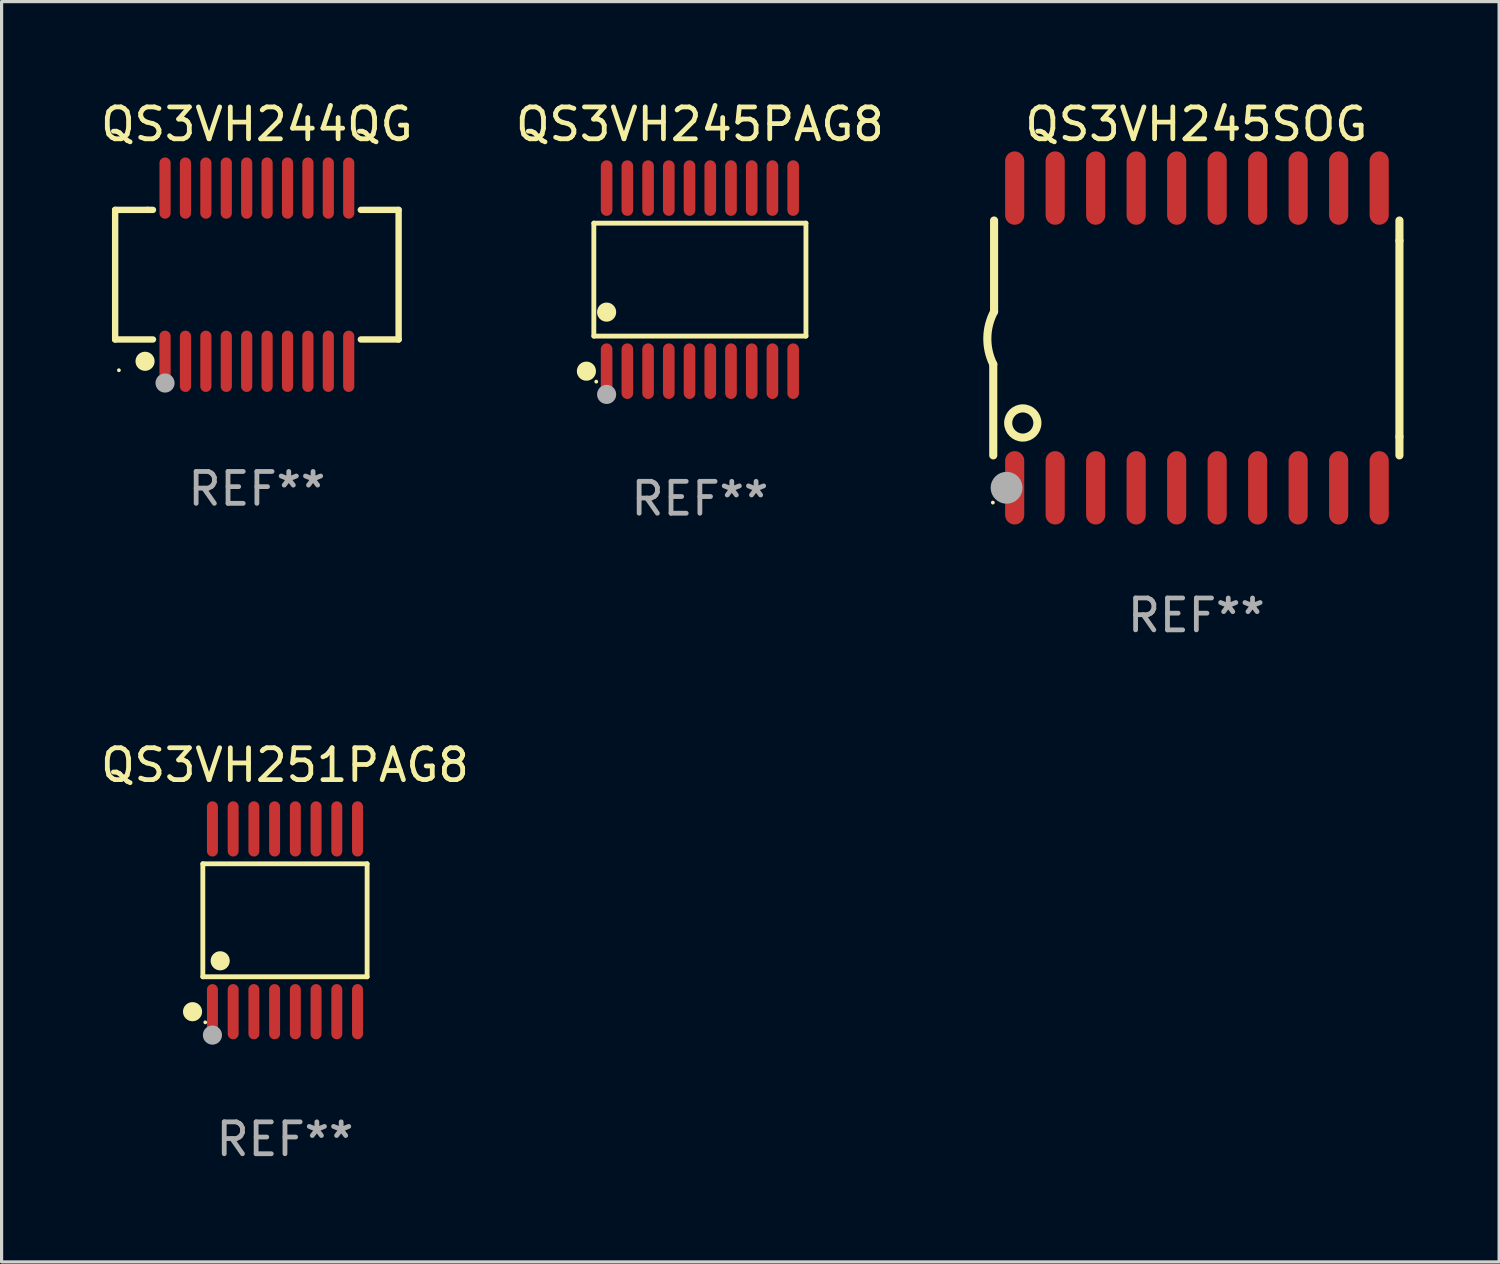
<source format=kicad_pcb>
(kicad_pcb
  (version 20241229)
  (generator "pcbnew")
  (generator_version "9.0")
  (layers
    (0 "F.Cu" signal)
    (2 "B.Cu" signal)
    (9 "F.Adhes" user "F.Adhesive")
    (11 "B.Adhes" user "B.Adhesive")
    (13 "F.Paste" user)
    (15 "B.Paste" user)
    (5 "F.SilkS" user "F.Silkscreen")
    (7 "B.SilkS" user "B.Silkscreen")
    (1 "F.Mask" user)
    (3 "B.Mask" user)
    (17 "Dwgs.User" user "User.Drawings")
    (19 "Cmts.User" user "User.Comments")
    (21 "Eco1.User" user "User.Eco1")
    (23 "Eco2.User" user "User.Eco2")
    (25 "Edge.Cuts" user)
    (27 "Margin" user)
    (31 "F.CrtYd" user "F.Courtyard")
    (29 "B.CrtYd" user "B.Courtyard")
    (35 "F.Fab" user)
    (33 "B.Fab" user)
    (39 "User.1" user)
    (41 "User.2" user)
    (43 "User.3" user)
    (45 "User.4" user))
  (footprint "QS3VH245PAG8"
    (layer "F.Cu")
    (at 18.899 5.719)
    (property "Reference" "QS3VH245PAG8" (at 0 -4.871 0) (layer "F.SilkS") (effects (font (size 1 1) (thickness 0.15))))
    (attr through_hole)
    (fp_line (start -3.326 -1.771) (end 3.326 -1.771) (stroke (width 0.152) (type solid)) (layer "F.SilkS"))
    (fp_line (start -3.326 1.771) (end -3.326 -1.771) (stroke (width 0.152) (type solid)) (layer "F.SilkS"))
    (fp_line (start 3.326 -1.771) (end 3.326 1.771) (stroke (width 0.152) (type solid)) (layer "F.SilkS"))
    (fp_line (start 3.326 1.771) (end -3.326 1.771) (stroke (width 0.152) (type solid)) (layer "F.SilkS"))
    (fp_circle (center -3.559 2.871) (end -3.409 2.871) (stroke (width 0.3) (type solid)) (fill no) (layer "F.SilkS"))
    (fp_circle (center -3.25 3.2) (end -3.22 3.2) (stroke (width 0.06) (type solid)) (fill no) (layer "F.SilkS"))
    (fp_circle (center -2.925 1.019) (end -2.775 1.019) (stroke (width 0.3) (type solid)) (fill no) (layer "F.SilkS"))
    (fp_circle (center -2.925 3.6) (end -2.775 3.6) (stroke (width 0.3) (type solid)) (fill no) (layer "F.Fab"))
    (fp_text user "REF**" (at 0 6.871 0) (layer "F.Fab") (effects (font (size 1 1) (thickness 0.15))))
    (pad "1" smd oval (at -2.925 2.871) (size 0.364 1.742) (layers "F.Cu" "F.Mask" "F.Paste"))
    (pad "2" smd oval (at -2.275 2.871) (size 0.364 1.742) (layers "F.Cu" "F.Mask" "F.Paste"))
    (pad "3" smd oval (at -1.625 2.871) (size 0.364 1.742) (layers "F.Cu" "F.Mask" "F.Paste"))
    (pad "4" smd oval (at -0.975 2.871) (size 0.364 1.742) (layers "F.Cu" "F.Mask" "F.Paste"))
    (pad "5" smd oval (at -0.325 2.871) (size 0.364 1.742) (layers "F.Cu" "F.Mask" "F.Paste"))
    (pad "6" smd oval (at 0.325 2.871) (size 0.364 1.742) (layers "F.Cu" "F.Mask" "F.Paste"))
    (pad "7" smd oval (at 0.975 2.871) (size 0.364 1.742) (layers "F.Cu" "F.Mask" "F.Paste"))
    (pad "8" smd oval (at 1.625 2.871) (size 0.364 1.742) (layers "F.Cu" "F.Mask" "F.Paste"))
    (pad "9" smd oval (at 2.275 2.871) (size 0.364 1.742) (layers "F.Cu" "F.Mask" "F.Paste"))
    (pad "10" smd oval (at 2.925 2.871) (size 0.364 1.742) (layers "F.Cu" "F.Mask" "F.Paste"))
    (pad "11" smd oval (at 2.925 -2.871) (size 0.364 1.742) (layers "F.Cu" "F.Mask" "F.Paste"))
    (pad "12" smd oval (at 2.275 -2.871) (size 0.364 1.742) (layers "F.Cu" "F.Mask" "F.Paste"))
    (pad "13" smd oval (at 1.625 -2.871) (size 0.364 1.742) (layers "F.Cu" "F.Mask" "F.Paste"))
    (pad "14" smd oval (at 0.975 -2.871) (size 0.364 1.742) (layers "F.Cu" "F.Mask" "F.Paste"))
    (pad "15" smd oval (at 0.325 -2.871) (size 0.364 1.742) (layers "F.Cu" "F.Mask" "F.Paste"))
    (pad "16" smd oval (at -0.325 -2.871) (size 0.364 1.742) (layers "F.Cu" "F.Mask" "F.Paste"))
    (pad "17" smd oval (at -0.975 -2.871) (size 0.364 1.742) (layers "F.Cu" "F.Mask" "F.Paste"))
    (pad "18" smd oval (at -1.625 -2.871) (size 0.364 1.742) (layers "F.Cu" "F.Mask" "F.Paste"))
    (pad "19" smd oval (at -2.275 -2.871) (size 0.364 1.742) (layers "F.Cu" "F.Mask" "F.Paste"))
    (pad "20" smd oval (at -2.925 -2.871) (size 0.364 1.742) (layers "F.Cu" "F.Mask" "F.Paste")))
  (footprint "QS3VH244QG"
    (layer "F.Cu")
    (at 5.006 5.564)
    (property "Reference" "QS3VH244QG" (at 0 -4.716 0) (layer "F.SilkS") (effects (font (size 1 1) (thickness 0.15))))
    (attr through_hole)
    (fp_line (start -4.445 -2.032) (end -4.445 2.032) (stroke (width 0.2) (type solid)) (layer "F.SilkS"))
    (fp_line (start -4.445 2.032) (end -3.259 2.032) (stroke (width 0.2) (type solid)) (layer "F.SilkS"))
    (fp_line (start -3.429 -2.032) (end -4.445 -2.032) (stroke (width 0.2) (type solid)) (layer "F.SilkS"))
    (fp_line (start -3.259 -2.032) (end -3.429 -2.032) (stroke (width 0.2) (type solid)) (layer "F.SilkS"))
    (fp_line (start 3.259 2.032) (end 4.445 2.032) (stroke (width 0.2) (type solid)) (layer "F.SilkS"))
    (fp_line (start 4.445 -2.032) (end 3.259 -2.032) (stroke (width 0.2) (type solid)) (layer "F.SilkS"))
    (fp_line (start 4.445 2.032) (end 4.445 -2.032) (stroke (width 0.2) (type solid)) (layer "F.SilkS"))
    (fp_circle (center -4.327 2.997) (end -4.297 2.997) (stroke (width 0.06) (type solid)) (fill no) (layer "F.SilkS"))
    (fp_circle (center -3.507 2.716) (end -3.357 2.716) (stroke (width 0.3) (type solid)) (fill no) (layer "F.SilkS"))
    (fp_circle (center -2.88 3.398) (end -2.73 3.398) (stroke (width 0.3) (type solid)) (fill no) (layer "F.Fab"))
    (fp_text user "REF**" (at 0 6.716 0) (layer "F.Fab") (effects (font (size 1 1) (thickness 0.15))))
    (pad "1" smd oval (at -2.88 2.716) (size 0.35 1.922) (layers "F.Cu" "F.Mask" "F.Paste"))
    (pad "2" smd oval (at -2.24 2.716) (size 0.35 1.922) (layers "F.Cu" "F.Mask" "F.Paste"))
    (pad "3" smd oval (at -1.6 2.716) (size 0.35 1.922) (layers "F.Cu" "F.Mask" "F.Paste"))
    (pad "4" smd oval (at -0.96 2.716) (size 0.35 1.922) (layers "F.Cu" "F.Mask" "F.Paste"))
    (pad "5" smd oval (at -0.32 2.716) (size 0.35 1.922) (layers "F.Cu" "F.Mask" "F.Paste"))
    (pad "6" smd oval (at 0.32 2.716) (size 0.35 1.922) (layers "F.Cu" "F.Mask" "F.Paste"))
    (pad "7" smd oval (at 0.96 2.716) (size 0.35 1.922) (layers "F.Cu" "F.Mask" "F.Paste"))
    (pad "8" smd oval (at 1.6 2.716) (size 0.35 1.922) (layers "F.Cu" "F.Mask" "F.Paste"))
    (pad "9" smd oval (at 2.24 2.716) (size 0.35 1.922) (layers "F.Cu" "F.Mask" "F.Paste"))
    (pad "10" smd oval (at 2.88 2.716) (size 0.35 1.922) (layers "F.Cu" "F.Mask" "F.Paste"))
    (pad "11" smd oval (at 2.88 -2.716) (size 0.35 1.922) (layers "F.Cu" "F.Mask" "F.Paste"))
    (pad "12" smd oval (at 2.24 -2.716) (size 0.35 1.922) (layers "F.Cu" "F.Mask" "F.Paste"))
    (pad "13" smd oval (at 1.6 -2.716) (size 0.35 1.922) (layers "F.Cu" "F.Mask" "F.Paste"))
    (pad "14" smd oval (at 0.96 -2.716) (size 0.35 1.922) (layers "F.Cu" "F.Mask" "F.Paste"))
    (pad "15" smd oval (at 0.32 -2.716) (size 0.35 1.922) (layers "F.Cu" "F.Mask" "F.Paste"))
    (pad "16" smd oval (at -0.32 -2.716) (size 0.35 1.922) (layers "F.Cu" "F.Mask" "F.Paste"))
    (pad "17" smd oval (at -0.96 -2.716) (size 0.35 1.922) (layers "F.Cu" "F.Mask" "F.Paste"))
    (pad "18" smd oval (at -1.6 -2.716) (size 0.35 1.922) (layers "F.Cu" "F.Mask" "F.Paste"))
    (pad "19" smd oval (at -2.24 -2.716) (size 0.35 1.922) (layers "F.Cu" "F.Mask" "F.Paste"))
    (pad "20" smd oval (at -2.88 -2.716) (size 0.35 1.922) (layers "F.Cu" "F.Mask" "F.Paste")))
  (footprint "QS3VH245SOG"
    (layer "F.Cu")
    (at 34.468 7.548)
    (property "Reference" "QS3VH245SOG" (at 0 -6.7 0) (layer "F.SilkS") (effects (font (size 1 1) (thickness 0.15))))
    (attr through_hole)
    (fp_line (start -6.369 0.826) (end -6.369 3.683) (stroke (width 0.254) (type solid)) (layer "F.SilkS"))
    (fp_line (start -6.343 -0.825) (end -6.343 -3.683) (stroke (width 0.254) (type solid)) (layer "F.SilkS"))
    (fp_line (start 6.369 -3.048) (end 6.369 -3.683) (stroke (width 0.254) (type solid)) (layer "F.SilkS"))
    (fp_line (start 6.369 -3.048) (end 6.369 3.096) (stroke (width 0.254) (type solid)) (layer "F.SilkS"))
    (fp_line (start 6.369 3.096) (end 6.369 3.683) (stroke (width 0.254) (type solid)) (layer "F.SilkS"))
    (fp_arc (start -6.36853 0.825552) (mid -6.554743 -0.00301) (end -6.343129 -0.825451) (stroke (width 0.254001) (type solid)) (layer "F.SilkS"))
    (fp_circle (center -6.382 5.163) (end -6.352 5.163) (stroke (width 0.06) (type solid)) (fill no) (layer "F.SilkS"))
    (fp_circle (center -5.443 2.667) (end -4.985 2.667) (stroke (width 0.254) (type solid)) (fill no) (layer "F.SilkS"))
    (fp_circle (center -5.951 4.699) (end -5.701 4.699) (stroke (width 0.5) (type solid)) (fill no) (layer "F.Fab"))
    (fp_text user "REF**" (at 0 8.7 0) (layer "F.Fab") (effects (font (size 1 1) (thickness 0.15))))
    (pad "1" smd oval (at -5.697 4.7 180) (size 0.6 2.3) (layers "F.Cu" "F.Mask" "F.Paste"))
    (pad "2" smd oval (at -4.427 4.7 180) (size 0.6 2.3) (layers "F.Cu" "F.Mask" "F.Paste"))
    (pad "3" smd oval (at -3.157 4.7 180) (size 0.6 2.3) (layers "F.Cu" "F.Mask" "F.Paste"))
    (pad "4" smd oval (at -1.887 4.7 180) (size 0.6 2.3) (layers "F.Cu" "F.Mask" "F.Paste"))
    (pad "5" smd oval (at -0.617 4.7 180) (size 0.6 2.3) (layers "F.Cu" "F.Mask" "F.Paste"))
    (pad "6" smd oval (at 0.653 4.7 180) (size 0.6 2.3) (layers "F.Cu" "F.Mask" "F.Paste"))
    (pad "7" smd oval (at 1.923 4.7 180) (size 0.6 2.3) (layers "F.Cu" "F.Mask" "F.Paste"))
    (pad "8" smd oval (at 3.193 4.7 180) (size 0.6 2.3) (layers "F.Cu" "F.Mask" "F.Paste"))
    (pad "9" smd oval (at 4.463 4.7 180) (size 0.6 2.3) (layers "F.Cu" "F.Mask" "F.Paste"))
    (pad "10" smd oval (at 5.734 4.7 180) (size 0.6 2.3) (layers "F.Cu" "F.Mask" "F.Paste"))
    (pad "11" smd oval (at 5.734 -4.7 180) (size 0.6 2.3) (layers "F.Cu" "F.Mask" "F.Paste"))
    (pad "12" smd oval (at 4.463 -4.7 180) (size 0.6 2.3) (layers "F.Cu" "F.Mask" "F.Paste"))
    (pad "13" smd oval (at 3.193 -4.7 180) (size 0.6 2.3) (layers "F.Cu" "F.Mask" "F.Paste"))
    (pad "14" smd oval (at 1.923 -4.7 180) (size 0.6 2.3) (layers "F.Cu" "F.Mask" "F.Paste"))
    (pad "15" smd oval (at 0.653 -4.7 180) (size 0.6 2.3) (layers "F.Cu" "F.Mask" "F.Paste"))
    (pad "16" smd oval (at -0.617 -4.7 180) (size 0.6 2.3) (layers "F.Cu" "F.Mask" "F.Paste"))
    (pad "17" smd oval (at -1.887 -4.7 180) (size 0.6 2.3) (layers "F.Cu" "F.Mask" "F.Paste"))
    (pad "18" smd oval (at -3.157 -4.7 180) (size 0.6 2.3) (layers "F.Cu" "F.Mask" "F.Paste"))
    (pad "19" smd oval (at -4.427 -4.7 180) (size 0.6 2.3) (layers "F.Cu" "F.Mask" "F.Paste"))
    (pad "20" smd oval (at -5.697 -4.7 180) (size 0.6 2.3) (layers "F.Cu" "F.Mask" "F.Paste")))
  (footprint "QS3VH251PAG8"
    (layer "F.Cu")
    (at 5.887 25.811)
    (property "Reference" "QS3VH251PAG8" (at 0 -4.866 0) (layer "F.SilkS") (effects (font (size 1 1) (thickness 0.15))))
    (attr through_hole)
    (fp_line (start -2.576 -1.772) (end 2.576 -1.772) (stroke (width 0.152) (type solid)) (layer "F.SilkS"))
    (fp_line (start -2.576 1.771) (end -2.576 -1.772) (stroke (width 0.152) (type solid)) (layer "F.SilkS"))
    (fp_line (start 2.576 -1.772) (end 2.576 1.771) (stroke (width 0.152) (type solid)) (layer "F.SilkS"))
    (fp_line (start 2.576 1.771) (end -2.576 1.771) (stroke (width 0.152) (type solid)) (layer "F.SilkS"))
    (fp_circle (center -2.899 2.866) (end -2.749 2.866) (stroke (width 0.3) (type solid)) (fill no) (layer "F.SilkS"))
    (fp_circle (center -2.5 3.2) (end -2.47 3.2) (stroke (width 0.06) (type solid)) (fill no) (layer "F.SilkS"))
    (fp_circle (center -2.032 1.27) (end -1.882 1.27) (stroke (width 0.3) (type solid)) (fill no) (layer "F.SilkS"))
    (fp_circle (center -2.275 3.6) (end -2.125 3.6) (stroke (width 0.3) (type solid)) (fill no) (layer "F.Fab"))
    (fp_text user "REF**" (at 0 6.866 0) (layer "F.Fab") (effects (font (size 1 1) (thickness 0.15))))
    (pad "1" smd oval (at -2.275 2.866) (size 0.343 1.731) (layers "F.Cu" "F.Mask" "F.Paste"))
    (pad "2" smd oval (at -1.625 2.866) (size 0.343 1.731) (layers "F.Cu" "F.Mask" "F.Paste"))
    (pad "3" smd oval (at -0.975 2.866) (size 0.343 1.731) (layers "F.Cu" "F.Mask" "F.Paste"))
    (pad "4" smd oval (at -0.325 2.866) (size 0.343 1.731) (layers "F.Cu" "F.Mask" "F.Paste"))
    (pad "5" smd oval (at 0.325 2.866) (size 0.343 1.731) (layers "F.Cu" "F.Mask" "F.Paste"))
    (pad "6" smd oval (at 0.975 2.866) (size 0.343 1.731) (layers "F.Cu" "F.Mask" "F.Paste"))
    (pad "7" smd oval (at 1.625 2.866) (size 0.343 1.731) (layers "F.Cu" "F.Mask" "F.Paste"))
    (pad "8" smd oval (at 2.275 2.866) (size 0.343 1.731) (layers "F.Cu" "F.Mask" "F.Paste"))
    (pad "9" smd oval (at 2.275 -2.866) (size 0.343 1.731) (layers "F.Cu" "F.Mask" "F.Paste"))
    (pad "10" smd oval (at 1.625 -2.866) (size 0.343 1.731) (layers "F.Cu" "F.Mask" "F.Paste"))
    (pad "11" smd oval (at 0.975 -2.866) (size 0.343 1.731) (layers "F.Cu" "F.Mask" "F.Paste"))
    (pad "12" smd oval (at 0.325 -2.866) (size 0.343 1.731) (layers "F.Cu" "F.Mask" "F.Paste"))
    (pad "13" smd oval (at -0.325 -2.866) (size 0.343 1.731) (layers "F.Cu" "F.Mask" "F.Paste"))
    (pad "14" smd oval (at -0.975 -2.866) (size 0.343 1.731) (layers "F.Cu" "F.Mask" "F.Paste"))
    (pad "15" smd oval (at -1.625 -2.866) (size 0.343 1.731) (layers "F.Cu" "F.Mask" "F.Paste"))
    (pad "16" smd oval (at -2.275 -2.866) (size 0.343 1.731) (layers "F.Cu" "F.Mask" "F.Paste")))
  (gr_rect
    (start -3 -3)
    (end 43.963 36.525)
    (stroke (width 0.1) (type default))
    (fill no)
    (layer "Edge.Cuts")))
</source>
